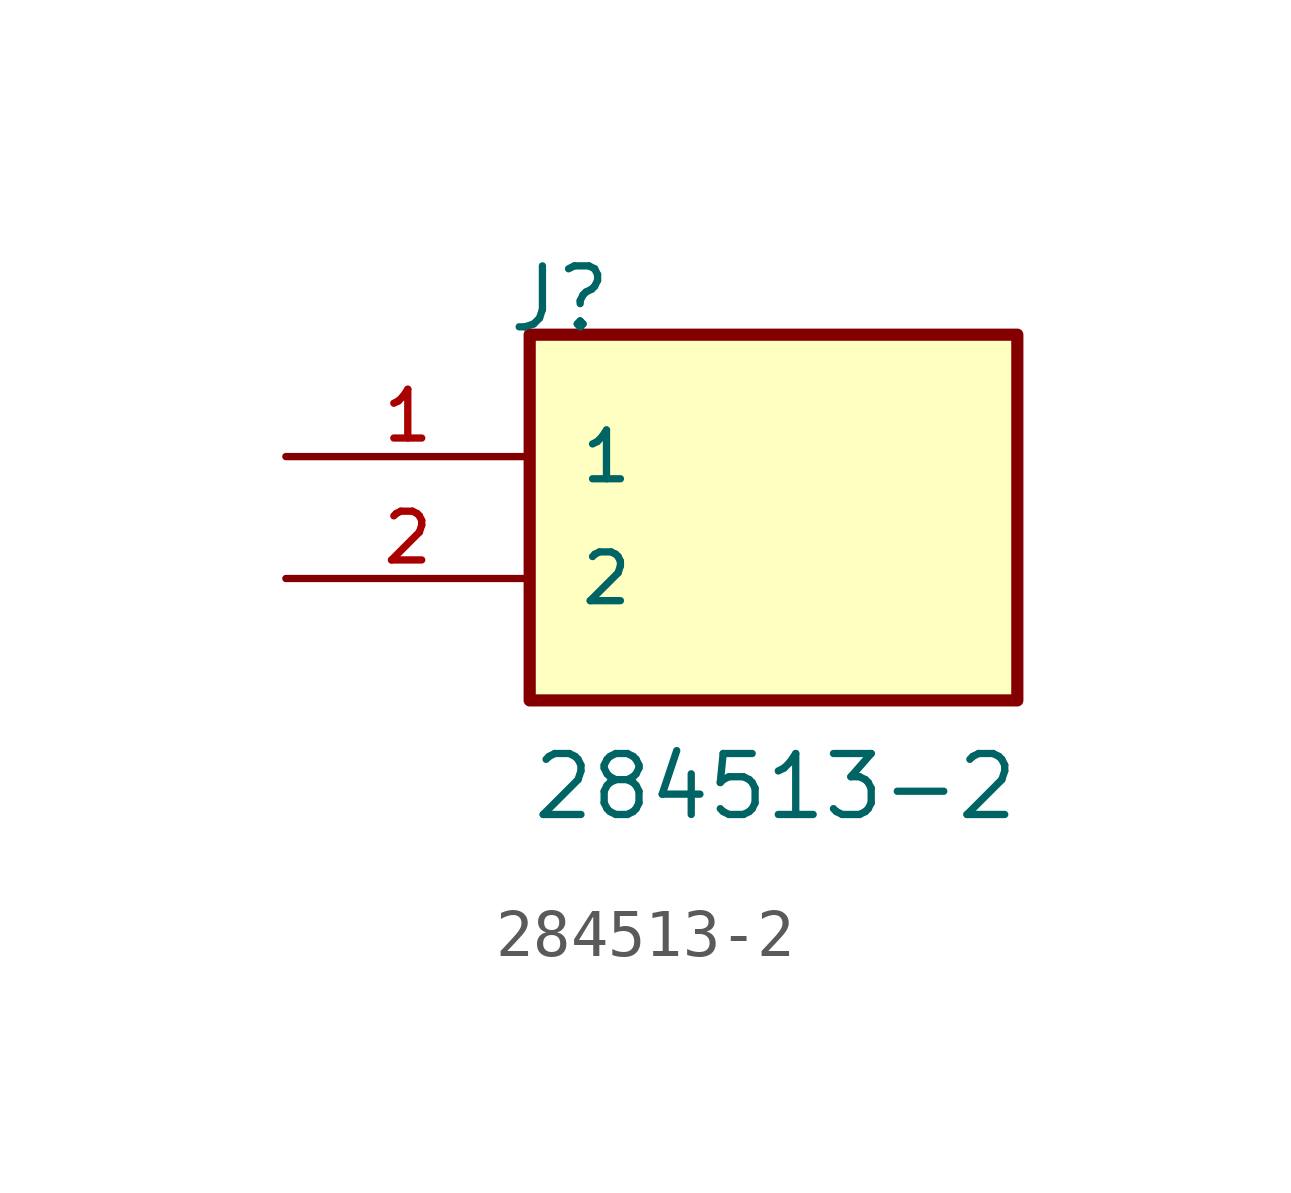
<source format=kicad_sym>
(kicad_symbol_lib
  (version 20211014)
  (generator kicad_symbol_editor)
  (symbol "284513-2"
    (pin_names
      (offset 1.016))
    (property "Reference" "J"
      (at -5.58 5.08 0)
      (effects (font (size 1.27 1.27)) (justify bottom left)))
    (property "Value" "284513-2"
      (at -5.08 -5.08 0)
      (effects (font (size 1.27 1.27)) (justify bottom left)))
    (symbol "284513-2_0_0"
      (rectangle (start -5.08 -2.54) (end 5.08 5.08) (stroke (width 0.254)) (fill (type background)))
      (pin passive line (at -10.16 2.54 0) (length 5.08) (name "1" (effects (font (size 1.016 1.016)))) (number "1" (effects (font (size 1.016 1.016)))))
      (pin passive line (at -10.16 0.0 0) (length 5.08) (name "2" (effects (font (size 1.016 1.016)))) (number "2" (effects (font (size 1.016 1.016))))))))
</source>
